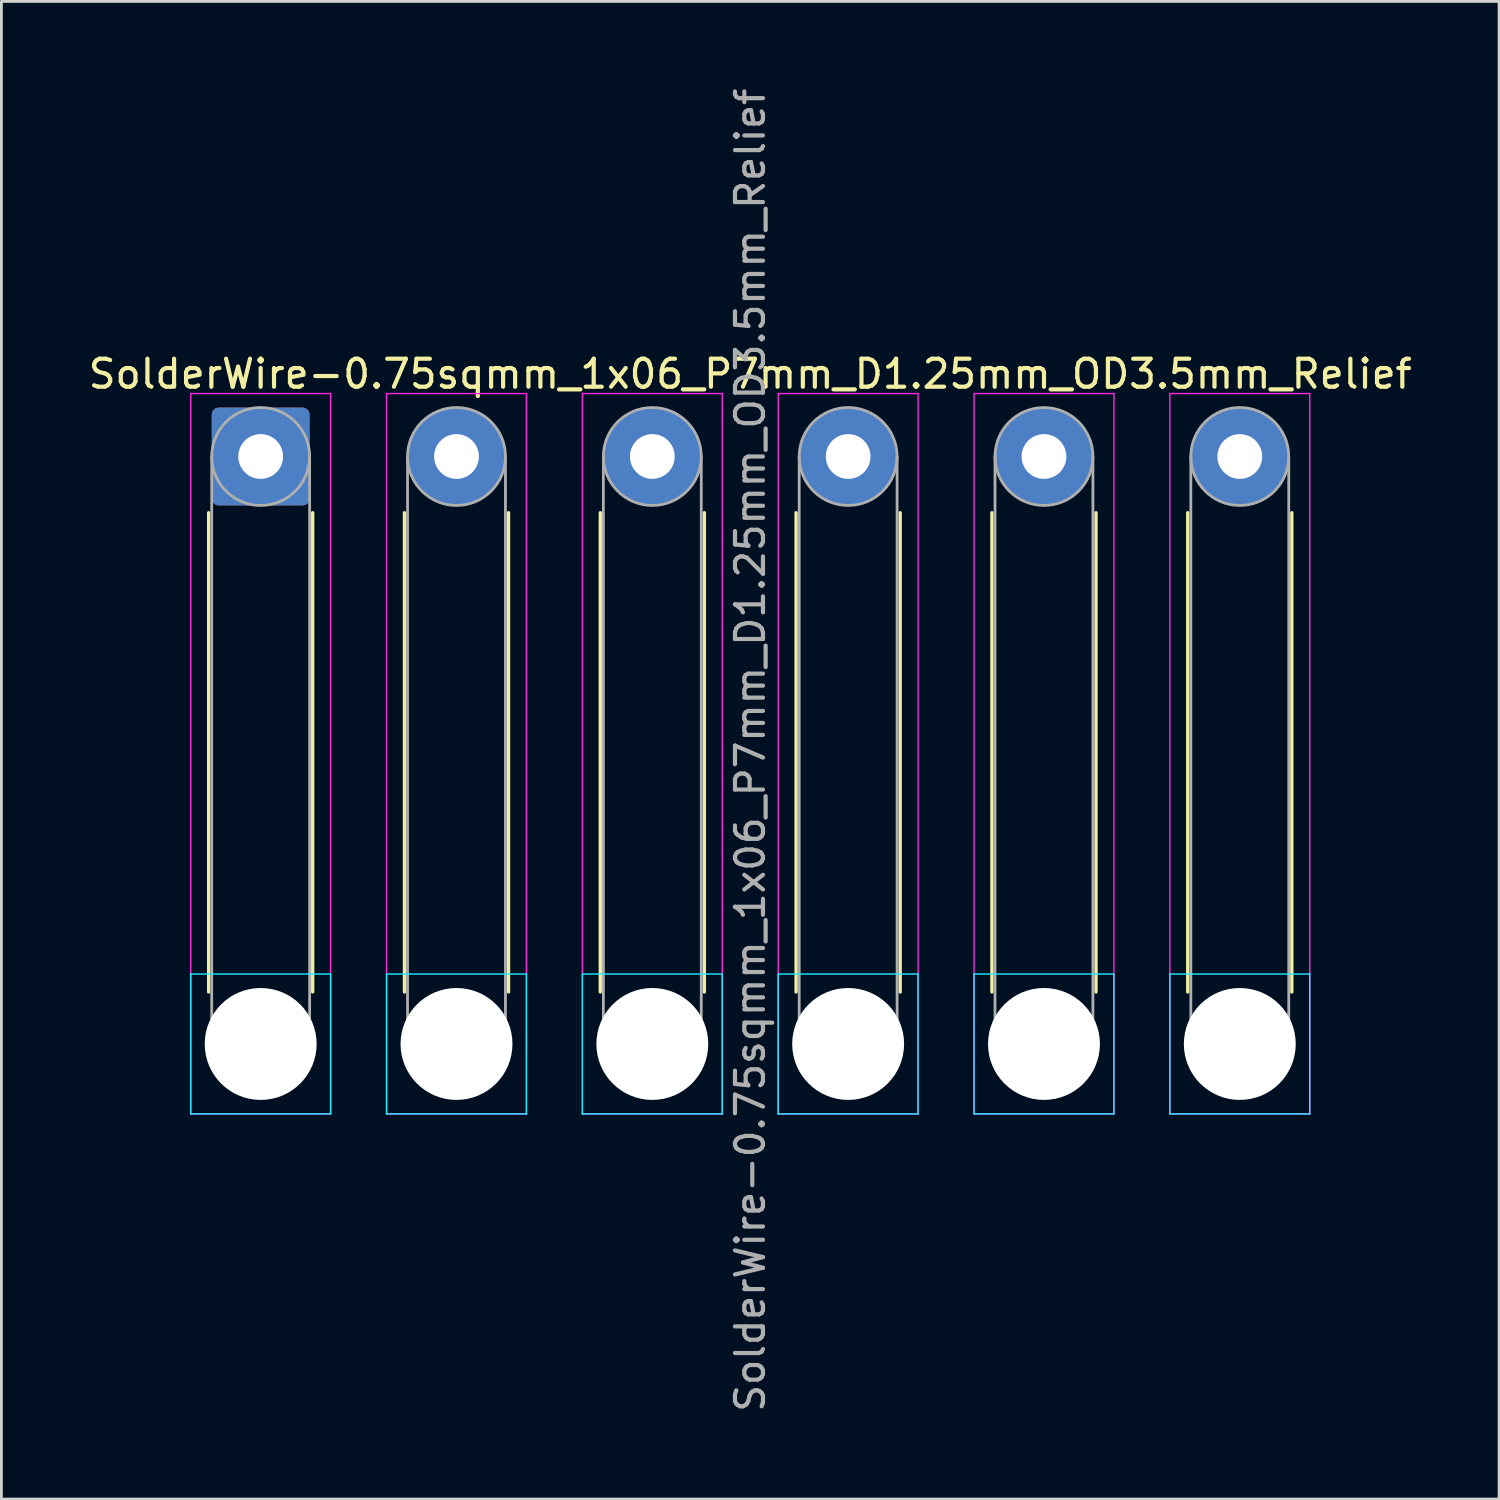
<source format=kicad_pcb>
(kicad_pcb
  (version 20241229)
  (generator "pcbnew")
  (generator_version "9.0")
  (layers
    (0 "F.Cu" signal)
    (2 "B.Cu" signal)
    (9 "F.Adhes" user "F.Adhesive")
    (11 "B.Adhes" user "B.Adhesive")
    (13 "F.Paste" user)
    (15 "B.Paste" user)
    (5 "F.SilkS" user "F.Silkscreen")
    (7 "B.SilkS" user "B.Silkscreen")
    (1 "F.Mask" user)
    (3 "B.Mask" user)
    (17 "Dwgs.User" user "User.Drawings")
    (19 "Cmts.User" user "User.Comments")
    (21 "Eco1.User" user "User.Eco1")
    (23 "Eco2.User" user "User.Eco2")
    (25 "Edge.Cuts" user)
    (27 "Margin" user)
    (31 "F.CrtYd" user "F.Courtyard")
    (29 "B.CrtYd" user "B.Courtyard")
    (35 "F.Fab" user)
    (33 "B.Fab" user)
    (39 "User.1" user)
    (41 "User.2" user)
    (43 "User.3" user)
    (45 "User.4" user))
  (footprint "SolderWire-0.75sqmm_1x06_P7mm_D1.25mm_OD3.5mm_Relief"
    (layer "F.Cu")
    (at 6.268 13.268)
    (property "Reference" "SolderWire-0.75sqmm_1x06_P7mm_D1.25mm_OD3.5mm_Relief" (at 17.5 -2.95 0) (layer "F.SilkS") (effects (font (size 1 1) (thickness 0.15))))
    (attr exclude_from_pos_files exclude_from_bom)
    (fp_line (start -1.86 2.01) (end -1.86 19.14) (stroke (width 0.12) (type solid)) (layer "F.SilkS"))
    (fp_line (start 1.86 2.01) (end 1.86 19.14) (stroke (width 0.12) (type solid)) (layer "F.SilkS"))
    (fp_line (start 5.14 2.01) (end 5.14 19.14) (stroke (width 0.12) (type solid)) (layer "F.SilkS"))
    (fp_line (start 8.86 2.01) (end 8.86 19.14) (stroke (width 0.12) (type solid)) (layer "F.SilkS"))
    (fp_line (start 12.14 2.01) (end 12.14 19.14) (stroke (width 0.12) (type solid)) (layer "F.SilkS"))
    (fp_line (start 15.86 2.01) (end 15.86 19.14) (stroke (width 0.12) (type solid)) (layer "F.SilkS"))
    (fp_line (start 19.14 2.01) (end 19.14 19.14) (stroke (width 0.12) (type solid)) (layer "F.SilkS"))
    (fp_line (start 22.86 2.01) (end 22.86 19.14) (stroke (width 0.12) (type solid)) (layer "F.SilkS"))
    (fp_line (start 26.14 2.01) (end 26.14 19.14) (stroke (width 0.12) (type solid)) (layer "F.SilkS"))
    (fp_line (start 29.86 2.01) (end 29.86 19.14) (stroke (width 0.12) (type solid)) (layer "F.SilkS"))
    (fp_line (start 33.14 2.01) (end 33.14 19.14) (stroke (width 0.12) (type solid)) (layer "F.SilkS"))
    (fp_line (start 36.86 2.01) (end 36.86 19.14) (stroke (width 0.12) (type solid)) (layer "F.SilkS"))
    (fp_line (start -2.5 18.5) (end -2.5 23.5) (stroke (width 0.05) (type solid)) (layer "B.CrtYd"))
    (fp_line (start -2.5 23.5) (end 2.5 23.5) (stroke (width 0.05) (type solid)) (layer "B.CrtYd"))
    (fp_line (start 2.5 18.5) (end -2.5 18.5) (stroke (width 0.05) (type solid)) (layer "B.CrtYd"))
    (fp_line (start 2.5 23.5) (end 2.5 18.5) (stroke (width 0.05) (type solid)) (layer "B.CrtYd"))
    (fp_line (start 4.5 18.5) (end 4.5 23.5) (stroke (width 0.05) (type solid)) (layer "B.CrtYd"))
    (fp_line (start 4.5 23.5) (end 9.5 23.5) (stroke (width 0.05) (type solid)) (layer "B.CrtYd"))
    (fp_line (start 9.5 18.5) (end 4.5 18.5) (stroke (width 0.05) (type solid)) (layer "B.CrtYd"))
    (fp_line (start 9.5 23.5) (end 9.5 18.5) (stroke (width 0.05) (type solid)) (layer "B.CrtYd"))
    (fp_line (start 11.5 18.5) (end 11.5 23.5) (stroke (width 0.05) (type solid)) (layer "B.CrtYd"))
    (fp_line (start 11.5 23.5) (end 16.5 23.5) (stroke (width 0.05) (type solid)) (layer "B.CrtYd"))
    (fp_line (start 16.5 18.5) (end 11.5 18.5) (stroke (width 0.05) (type solid)) (layer "B.CrtYd"))
    (fp_line (start 16.5 23.5) (end 16.5 18.5) (stroke (width 0.05) (type solid)) (layer "B.CrtYd"))
    (fp_line (start 18.5 18.5) (end 18.5 23.5) (stroke (width 0.05) (type solid)) (layer "B.CrtYd"))
    (fp_line (start 18.5 23.5) (end 23.5 23.5) (stroke (width 0.05) (type solid)) (layer "B.CrtYd"))
    (fp_line (start 23.5 18.5) (end 18.5 18.5) (stroke (width 0.05) (type solid)) (layer "B.CrtYd"))
    (fp_line (start 23.5 23.5) (end 23.5 18.5) (stroke (width 0.05) (type solid)) (layer "B.CrtYd"))
    (fp_line (start 25.5 18.5) (end 25.5 23.5) (stroke (width 0.05) (type solid)) (layer "B.CrtYd"))
    (fp_line (start 25.5 23.5) (end 30.5 23.5) (stroke (width 0.05) (type solid)) (layer "B.CrtYd"))
    (fp_line (start 30.5 18.5) (end 25.5 18.5) (stroke (width 0.05) (type solid)) (layer "B.CrtYd"))
    (fp_line (start 30.5 23.5) (end 30.5 18.5) (stroke (width 0.05) (type solid)) (layer "B.CrtYd"))
    (fp_line (start 32.5 18.5) (end 32.5 23.5) (stroke (width 0.05) (type solid)) (layer "B.CrtYd"))
    (fp_line (start 32.5 23.5) (end 37.5 23.5) (stroke (width 0.05) (type solid)) (layer "B.CrtYd"))
    (fp_line (start 37.5 18.5) (end 32.5 18.5) (stroke (width 0.05) (type solid)) (layer "B.CrtYd"))
    (fp_line (start 37.5 23.5) (end 37.5 18.5) (stroke (width 0.05) (type solid)) (layer "B.CrtYd"))
    (fp_line (start -2.5 -2.25) (end -2.5 23.5) (stroke (width 0.05) (type solid)) (layer "F.CrtYd"))
    (fp_line (start -2.5 23.5) (end 2.5 23.5) (stroke (width 0.05) (type solid)) (layer "F.CrtYd"))
    (fp_line (start 2.5 -2.25) (end -2.5 -2.25) (stroke (width 0.05) (type solid)) (layer "F.CrtYd"))
    (fp_line (start 2.5 23.5) (end 2.5 -2.25) (stroke (width 0.05) (type solid)) (layer "F.CrtYd"))
    (fp_line (start 4.5 -2.25) (end 4.5 23.5) (stroke (width 0.05) (type solid)) (layer "F.CrtYd"))
    (fp_line (start 4.5 23.5) (end 9.5 23.5) (stroke (width 0.05) (type solid)) (layer "F.CrtYd"))
    (fp_line (start 9.5 -2.25) (end 4.5 -2.25) (stroke (width 0.05) (type solid)) (layer "F.CrtYd"))
    (fp_line (start 9.5 23.5) (end 9.5 -2.25) (stroke (width 0.05) (type solid)) (layer "F.CrtYd"))
    (fp_line (start 11.5 -2.25) (end 11.5 23.5) (stroke (width 0.05) (type solid)) (layer "F.CrtYd"))
    (fp_line (start 11.5 23.5) (end 16.5 23.5) (stroke (width 0.05) (type solid)) (layer "F.CrtYd"))
    (fp_line (start 16.5 -2.25) (end 11.5 -2.25) (stroke (width 0.05) (type solid)) (layer "F.CrtYd"))
    (fp_line (start 16.5 23.5) (end 16.5 -2.25) (stroke (width 0.05) (type solid)) (layer "F.CrtYd"))
    (fp_line (start 18.5 -2.25) (end 18.5 23.5) (stroke (width 0.05) (type solid)) (layer "F.CrtYd"))
    (fp_line (start 18.5 23.5) (end 23.5 23.5) (stroke (width 0.05) (type solid)) (layer "F.CrtYd"))
    (fp_line (start 23.5 -2.25) (end 18.5 -2.25) (stroke (width 0.05) (type solid)) (layer "F.CrtYd"))
    (fp_line (start 23.5 23.5) (end 23.5 -2.25) (stroke (width 0.05) (type solid)) (layer "F.CrtYd"))
    (fp_line (start 25.5 -2.25) (end 25.5 23.5) (stroke (width 0.05) (type solid)) (layer "F.CrtYd"))
    (fp_line (start 25.5 23.5) (end 30.5 23.5) (stroke (width 0.05) (type solid)) (layer "F.CrtYd"))
    (fp_line (start 30.5 -2.25) (end 25.5 -2.25) (stroke (width 0.05) (type solid)) (layer "F.CrtYd"))
    (fp_line (start 30.5 23.5) (end 30.5 -2.25) (stroke (width 0.05) (type solid)) (layer "F.CrtYd"))
    (fp_line (start 32.5 -2.25) (end 32.5 23.5) (stroke (width 0.05) (type solid)) (layer "F.CrtYd"))
    (fp_line (start 32.5 23.5) (end 37.5 23.5) (stroke (width 0.05) (type solid)) (layer "F.CrtYd"))
    (fp_line (start 37.5 -2.25) (end 32.5 -2.25) (stroke (width 0.05) (type solid)) (layer "F.CrtYd"))
    (fp_line (start 37.5 23.5) (end 37.5 -2.25) (stroke (width 0.05) (type solid)) (layer "F.CrtYd"))
    (fp_line (start -1.75 0) (end -1.75 21) (stroke (width 0.1) (type solid)) (layer "F.Fab"))
    (fp_line (start 1.75 0) (end 1.75 21) (stroke (width 0.1) (type solid)) (layer "F.Fab"))
    (fp_line (start 5.25 0) (end 5.25 21) (stroke (width 0.1) (type solid)) (layer "F.Fab"))
    (fp_line (start 8.75 0) (end 8.75 21) (stroke (width 0.1) (type solid)) (layer "F.Fab"))
    (fp_line (start 12.25 0) (end 12.25 21) (stroke (width 0.1) (type solid)) (layer "F.Fab"))
    (fp_line (start 15.75 0) (end 15.75 21) (stroke (width 0.1) (type solid)) (layer "F.Fab"))
    (fp_line (start 19.25 0) (end 19.25 21) (stroke (width 0.1) (type solid)) (layer "F.Fab"))
    (fp_line (start 22.75 0) (end 22.75 21) (stroke (width 0.1) (type solid)) (layer "F.Fab"))
    (fp_line (start 26.25 0) (end 26.25 21) (stroke (width 0.1) (type solid)) (layer "F.Fab"))
    (fp_line (start 29.75 0) (end 29.75 21) (stroke (width 0.1) (type solid)) (layer "F.Fab"))
    (fp_line (start 33.25 0) (end 33.25 21) (stroke (width 0.1) (type solid)) (layer "F.Fab"))
    (fp_line (start 36.75 0) (end 36.75 21) (stroke (width 0.1) (type solid)) (layer "F.Fab"))
    (fp_circle (center 0 0) (end 1.75 0) (stroke (width 0.1) (type solid)) (fill no) (layer "F.Fab"))
    (fp_circle (center 0 21) (end 1.75 21) (stroke (width 0.1) (type solid)) (fill no) (layer "F.Fab"))
    (fp_circle (center 7 0) (end 8.75 0) (stroke (width 0.1) (type solid)) (fill no) (layer "F.Fab"))
    (fp_circle (center 7 21) (end 8.75 21) (stroke (width 0.1) (type solid)) (fill no) (layer "F.Fab"))
    (fp_circle (center 14 0) (end 15.75 0) (stroke (width 0.1) (type solid)) (fill no) (layer "F.Fab"))
    (fp_circle (center 14 21) (end 15.75 21) (stroke (width 0.1) (type solid)) (fill no) (layer "F.Fab"))
    (fp_circle (center 21 0) (end 22.75 0) (stroke (width 0.1) (type solid)) (fill no) (layer "F.Fab"))
    (fp_circle (center 21 21) (end 22.75 21) (stroke (width 0.1) (type solid)) (fill no) (layer "F.Fab"))
    (fp_circle (center 28 0) (end 29.75 0) (stroke (width 0.1) (type solid)) (fill no) (layer "F.Fab"))
    (fp_circle (center 28 21) (end 29.75 21) (stroke (width 0.1) (type solid)) (fill no) (layer "F.Fab"))
    (fp_circle (center 35 0) (end 36.75 0) (stroke (width 0.1) (type solid)) (fill no) (layer "F.Fab"))
    (fp_circle (center 35 21) (end 36.75 21) (stroke (width 0.1) (type solid)) (fill no) (layer "F.Fab"))
    (fp_text user "${REFERENCE}" (at 17.5 10.5 90) (layer "F.Fab") (effects (font (size 1 1) (thickness 0.15))))
    (pad "" np_thru_hole circle (at 0 21) (size 4 4) (drill 4) (layers "*.Cu" "*.Mask"))
    (pad "" np_thru_hole circle (at 7 21) (size 4 4) (drill 4) (layers "*.Cu" "*.Mask"))
    (pad "" np_thru_hole circle (at 14 21) (size 4 4) (drill 4) (layers "*.Cu" "*.Mask"))
    (pad "" np_thru_hole circle (at 21 21) (size 4 4) (drill 4) (layers "*.Cu" "*.Mask"))
    (pad "" np_thru_hole circle (at 28 21) (size 4 4) (drill 4) (layers "*.Cu" "*.Mask"))
    (pad "" np_thru_hole circle (at 35 21) (size 4 4) (drill 4) (layers "*.Cu" "*.Mask"))
    (pad "1" thru_hole roundrect (at 0 0) (size 3.5 3.5) (drill 1.6) (layers "*.Cu" "*.Mask") (roundrect_rratio 0.071))
    (pad "2" thru_hole circle (at 7 0) (size 3.5 3.5) (drill 1.6) (layers "*.Cu" "*.Mask"))
    (pad "3" thru_hole circle (at 14 0) (size 3.5 3.5) (drill 1.6) (layers "*.Cu" "*.Mask"))
    (pad "4" thru_hole circle (at 21 0) (size 3.5 3.5) (drill 1.6) (layers "*.Cu" "*.Mask"))
    (pad "5" thru_hole circle (at 28 0) (size 3.5 3.5) (drill 1.6) (layers "*.Cu" "*.Mask"))
    (pad "6" thru_hole circle (at 35 0) (size 3.5 3.5) (drill 1.6) (layers "*.Cu" "*.Mask")))
  (gr_rect
    (start -3 -3)
    (end 50.536 50.536)
    (stroke (width 0.1) (type default))
    (fill no)
    (layer "Edge.Cuts")))
</source>
